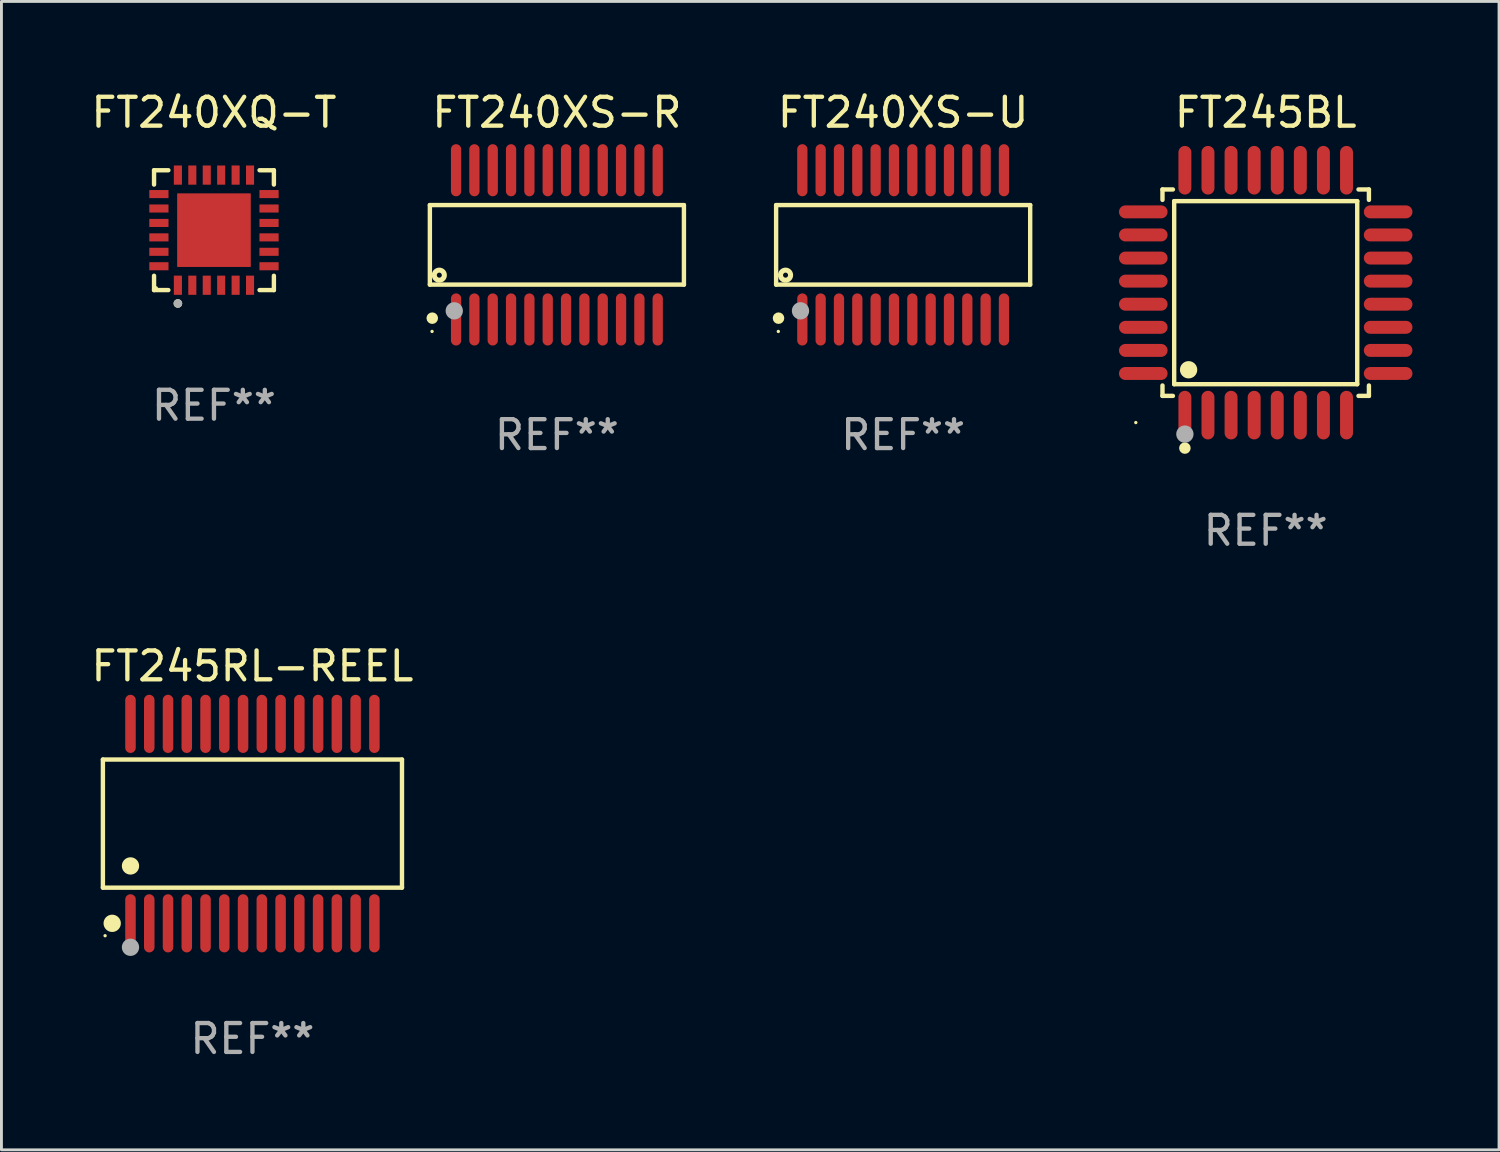
<source format=kicad_pcb>
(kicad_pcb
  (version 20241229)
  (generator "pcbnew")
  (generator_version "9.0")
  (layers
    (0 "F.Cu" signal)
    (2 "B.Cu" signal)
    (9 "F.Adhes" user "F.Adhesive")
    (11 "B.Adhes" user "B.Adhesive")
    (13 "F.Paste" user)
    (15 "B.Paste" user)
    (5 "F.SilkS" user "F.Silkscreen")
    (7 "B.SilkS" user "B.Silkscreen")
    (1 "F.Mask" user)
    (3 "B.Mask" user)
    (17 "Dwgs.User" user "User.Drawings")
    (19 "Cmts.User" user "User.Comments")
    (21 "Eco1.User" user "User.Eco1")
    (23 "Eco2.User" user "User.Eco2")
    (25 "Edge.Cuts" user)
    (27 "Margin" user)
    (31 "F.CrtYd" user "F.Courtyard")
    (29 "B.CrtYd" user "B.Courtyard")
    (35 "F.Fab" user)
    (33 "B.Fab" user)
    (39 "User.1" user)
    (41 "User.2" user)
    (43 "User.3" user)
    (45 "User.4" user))
  (footprint "FT240XS-R"
    (layer "F.Cu")
    (at 16.244 5.433)
    (property "Reference" "FT240XS-R" (at 0 -4.585 0) (layer "F.SilkS") (effects (font (size 1 1) (thickness 0.15))))
    (attr through_hole)
    (fp_line (start -4.401 -1.378) (end 4.401 -1.378) (stroke (width 0.152) (type solid)) (layer "F.SilkS"))
    (fp_line (start -4.401 1.378) (end -4.401 -1.378) (stroke (width 0.152) (type solid)) (layer "F.SilkS"))
    (fp_line (start 4.401 -1.378) (end 4.401 1.378) (stroke (width 0.152) (type solid)) (layer "F.SilkS"))
    (fp_line (start 4.401 1.378) (end -4.401 1.378) (stroke (width 0.152) (type solid)) (layer "F.SilkS"))
    (fp_circle (center -4.325 3) (end -4.295 3) (stroke (width 0.06) (type solid)) (fill no) (layer "F.SilkS"))
    (fp_circle (center -4.318 2.54) (end -4.218 2.54) (stroke (width 0.2) (type solid)) (fill no) (layer "F.SilkS"))
    (fp_circle (center -4.074 1.05) (end -3.987 1.05) (stroke (width 0.175) (type solid)) (fill no) (layer "F.SilkS"))
    (fp_circle (center -3.556 2.286) (end -3.406 2.286) (stroke (width 0.3) (type solid)) (fill no) (layer "F.Fab"))
    (fp_text user "REF**" (at 0 6.585 0) (layer "F.Fab") (effects (font (size 1 1) (thickness 0.15))))
    (pad "1" smd oval (at -3.493 2.585) (size 0.356 1.805) (layers "F.Cu" "F.Mask" "F.Paste"))
    (pad "2" smd oval (at -2.858 2.585) (size 0.356 1.805) (layers "F.Cu" "F.Mask" "F.Paste"))
    (pad "3" smd oval (at -2.223 2.585) (size 0.356 1.805) (layers "F.Cu" "F.Mask" "F.Paste"))
    (pad "4" smd oval (at -1.588 2.585) (size 0.356 1.805) (layers "F.Cu" "F.Mask" "F.Paste"))
    (pad "5" smd oval (at -0.953 2.585) (size 0.356 1.805) (layers "F.Cu" "F.Mask" "F.Paste"))
    (pad "6" smd oval (at -0.318 2.585) (size 0.356 1.805) (layers "F.Cu" "F.Mask" "F.Paste"))
    (pad "7" smd oval (at 0.318 2.585) (size 0.356 1.805) (layers "F.Cu" "F.Mask" "F.Paste"))
    (pad "8" smd oval (at 0.953 2.585) (size 0.356 1.805) (layers "F.Cu" "F.Mask" "F.Paste"))
    (pad "9" smd oval (at 1.588 2.585) (size 0.356 1.805) (layers "F.Cu" "F.Mask" "F.Paste"))
    (pad "10" smd oval (at 2.223 2.585) (size 0.356 1.805) (layers "F.Cu" "F.Mask" "F.Paste"))
    (pad "11" smd oval (at 2.858 2.585) (size 0.356 1.805) (layers "F.Cu" "F.Mask" "F.Paste"))
    (pad "12" smd oval (at 3.493 2.585) (size 0.356 1.805) (layers "F.Cu" "F.Mask" "F.Paste"))
    (pad "13" smd oval (at 3.493 -2.585) (size 0.356 1.805) (layers "F.Cu" "F.Mask" "F.Paste"))
    (pad "14" smd oval (at 2.858 -2.585) (size 0.356 1.805) (layers "F.Cu" "F.Mask" "F.Paste"))
    (pad "15" smd oval (at 2.223 -2.585) (size 0.356 1.805) (layers "F.Cu" "F.Mask" "F.Paste"))
    (pad "16" smd oval (at 1.588 -2.585) (size 0.356 1.805) (layers "F.Cu" "F.Mask" "F.Paste"))
    (pad "17" smd oval (at 0.953 -2.585) (size 0.356 1.805) (layers "F.Cu" "F.Mask" "F.Paste"))
    (pad "18" smd oval (at 0.318 -2.585) (size 0.356 1.805) (layers "F.Cu" "F.Mask" "F.Paste"))
    (pad "19" smd oval (at -0.318 -2.585) (size 0.356 1.805) (layers "F.Cu" "F.Mask" "F.Paste"))
    (pad "20" smd oval (at -0.953 -2.585) (size 0.356 1.805) (layers "F.Cu" "F.Mask" "F.Paste"))
    (pad "21" smd oval (at -1.588 -2.585) (size 0.356 1.805) (layers "F.Cu" "F.Mask" "F.Paste"))
    (pad "22" smd oval (at -2.223 -2.585) (size 0.356 1.805) (layers "F.Cu" "F.Mask" "F.Paste"))
    (pad "23" smd oval (at -2.858 -2.585) (size 0.356 1.805) (layers "F.Cu" "F.Mask" "F.Paste"))
    (pad "24" smd oval (at -3.493 -2.585) (size 0.356 1.805) (layers "F.Cu" "F.Mask" "F.Paste")))
  (footprint "FT240XQ-T"
    (layer "F.Cu")
    (at 4.363 4.924)
    (property "Reference" "FT240XQ-T" (at 0 -4.076 0) (layer "F.SilkS") (effects (font (size 1 1) (thickness 0.15))))
    (attr through_hole)
    (fp_line (start -2.076 -2.076) (end -1.58 -2.076) (stroke (width 0.152) (type solid)) (layer "F.SilkS"))
    (fp_line (start -2.076 -1.58) (end -2.076 -2.076) (stroke (width 0.152) (type solid)) (layer "F.SilkS"))
    (fp_line (start -2.076 1.58) (end -2.076 2.076) (stroke (width 0.152) (type solid)) (layer "F.SilkS"))
    (fp_line (start -2.076 2.076) (end -1.58 2.076) (stroke (width 0.152) (type solid)) (layer "F.SilkS"))
    (fp_line (start 2.076 -2.076) (end 1.58 -2.076) (stroke (width 0.152) (type solid)) (layer "F.SilkS"))
    (fp_line (start 2.076 -1.58) (end 2.076 -2.076) (stroke (width 0.152) (type solid)) (layer "F.SilkS"))
    (fp_line (start 2.076 1.58) (end 2.076 2.076) (stroke (width 0.152) (type solid)) (layer "F.SilkS"))
    (fp_line (start 2.076 2.076) (end 1.58 2.076) (stroke (width 0.152) (type solid)) (layer "F.SilkS"))
    (fp_circle (center -2 2) (end -1.97 2) (stroke (width 0.06) (type solid)) (fill no) (layer "F.SilkS"))
    (fp_circle (center -1.25 2.54) (end -1.175 2.54) (stroke (width 0.15) (type solid)) (fill no) (layer "F.SilkS"))
    (fp_circle (center -1.25 2.54) (end -1.175 2.54) (stroke (width 0.15) (type solid)) (fill no) (layer "F.Fab"))
    (fp_text user "REF**" (at 0 6.076 0) (layer "F.Fab") (effects (font (size 1 1) (thickness 0.15))))
    (pad "1" smd rect (at -1.25 1.908) (size 0.28 0.665) (layers "F.Cu" "F.Mask" "F.Paste"))
    (pad "2" smd rect (at -0.75 1.908) (size 0.28 0.665) (layers "F.Cu" "F.Mask" "F.Paste"))
    (pad "3" smd rect (at -0.25 1.908) (size 0.28 0.665) (layers "F.Cu" "F.Mask" "F.Paste"))
    (pad "4" smd rect (at 0.25 1.908) (size 0.28 0.665) (layers "F.Cu" "F.Mask" "F.Paste"))
    (pad "5" smd rect (at 0.75 1.908) (size 0.28 0.665) (layers "F.Cu" "F.Mask" "F.Paste"))
    (pad "6" smd rect (at 1.25 1.908) (size 0.28 0.665) (layers "F.Cu" "F.Mask" "F.Paste"))
    (pad "7" smd rect (at 1.908 1.25) (size 0.665 0.28) (layers "F.Cu" "F.Mask" "F.Paste"))
    (pad "8" smd rect (at 1.908 0.75) (size 0.665 0.28) (layers "F.Cu" "F.Mask" "F.Paste"))
    (pad "9" smd rect (at 1.908 0.25) (size 0.665 0.28) (layers "F.Cu" "F.Mask" "F.Paste"))
    (pad "10" smd rect (at 1.908 -0.25) (size 0.665 0.28) (layers "F.Cu" "F.Mask" "F.Paste"))
    (pad "11" smd rect (at 1.908 -0.75) (size 0.665 0.28) (layers "F.Cu" "F.Mask" "F.Paste"))
    (pad "12" smd rect (at 1.908 -1.25) (size 0.665 0.28) (layers "F.Cu" "F.Mask" "F.Paste"))
    (pad "13" smd rect (at 1.25 -1.908) (size 0.28 0.665) (layers "F.Cu" "F.Mask" "F.Paste"))
    (pad "14" smd rect (at 0.75 -1.908) (size 0.28 0.665) (layers "F.Cu" "F.Mask" "F.Paste"))
    (pad "15" smd rect (at 0.25 -1.908) (size 0.28 0.665) (layers "F.Cu" "F.Mask" "F.Paste"))
    (pad "16" smd rect (at -0.25 -1.908) (size 0.28 0.665) (layers "F.Cu" "F.Mask" "F.Paste"))
    (pad "17" smd rect (at -0.75 -1.908) (size 0.28 0.665) (layers "F.Cu" "F.Mask" "F.Paste"))
    (pad "18" smd rect (at -1.25 -1.908) (size 0.28 0.665) (layers "F.Cu" "F.Mask" "F.Paste"))
    (pad "19" smd rect (at -1.908 -1.25) (size 0.665 0.28) (layers "F.Cu" "F.Mask" "F.Paste"))
    (pad "20" smd rect (at -1.908 -0.75) (size 0.665 0.28) (layers "F.Cu" "F.Mask" "F.Paste"))
    (pad "21" smd rect (at -1.908 -0.25) (size 0.665 0.28) (layers "F.Cu" "F.Mask" "F.Paste"))
    (pad "22" smd rect (at -1.908 0.25) (size 0.665 0.28) (layers "F.Cu" "F.Mask" "F.Paste"))
    (pad "23" smd rect (at -1.908 0.75) (size 0.665 0.28) (layers "F.Cu" "F.Mask" "F.Paste"))
    (pad "24" smd rect (at -1.908 1.25) (size 0.665 0.28) (layers "F.Cu" "F.Mask" "F.Paste"))
    (pad "25" smd rect (at 0 0) (size 2.55 2.55) (layers "F.Cu" "F.Mask" "F.Paste")))
  (footprint "FT240XS-U"
    (layer "F.Cu")
    (at 28.24 5.433)
    (property "Reference" "FT240XS-U" (at 0 -4.585 0) (layer "F.SilkS") (effects (font (size 1 1) (thickness 0.15))))
    (attr through_hole)
    (fp_line (start -4.401 -1.378) (end 4.401 -1.378) (stroke (width 0.152) (type solid)) (layer "F.SilkS"))
    (fp_line (start -4.401 1.378) (end -4.401 -1.378) (stroke (width 0.152) (type solid)) (layer "F.SilkS"))
    (fp_line (start 4.401 -1.378) (end 4.401 1.378) (stroke (width 0.152) (type solid)) (layer "F.SilkS"))
    (fp_line (start 4.401 1.378) (end -4.401 1.378) (stroke (width 0.152) (type solid)) (layer "F.SilkS"))
    (fp_circle (center -4.325 3) (end -4.295 3) (stroke (width 0.06) (type solid)) (fill no) (layer "F.SilkS"))
    (fp_circle (center -4.318 2.54) (end -4.218 2.54) (stroke (width 0.2) (type solid)) (fill no) (layer "F.SilkS"))
    (fp_circle (center -4.074 1.05) (end -3.987 1.05) (stroke (width 0.175) (type solid)) (fill no) (layer "F.SilkS"))
    (fp_circle (center -3.556 2.286) (end -3.406 2.286) (stroke (width 0.3) (type solid)) (fill no) (layer "F.Fab"))
    (fp_text user "REF**" (at 0 6.585 0) (layer "F.Fab") (effects (font (size 1 1) (thickness 0.15))))
    (pad "1" smd oval (at -3.493 2.585) (size 0.356 1.805) (layers "F.Cu" "F.Mask" "F.Paste"))
    (pad "2" smd oval (at -2.858 2.585) (size 0.356 1.805) (layers "F.Cu" "F.Mask" "F.Paste"))
    (pad "3" smd oval (at -2.223 2.585) (size 0.356 1.805) (layers "F.Cu" "F.Mask" "F.Paste"))
    (pad "4" smd oval (at -1.588 2.585) (size 0.356 1.805) (layers "F.Cu" "F.Mask" "F.Paste"))
    (pad "5" smd oval (at -0.953 2.585) (size 0.356 1.805) (layers "F.Cu" "F.Mask" "F.Paste"))
    (pad "6" smd oval (at -0.318 2.585) (size 0.356 1.805) (layers "F.Cu" "F.Mask" "F.Paste"))
    (pad "7" smd oval (at 0.318 2.585) (size 0.356 1.805) (layers "F.Cu" "F.Mask" "F.Paste"))
    (pad "8" smd oval (at 0.953 2.585) (size 0.356 1.805) (layers "F.Cu" "F.Mask" "F.Paste"))
    (pad "9" smd oval (at 1.588 2.585) (size 0.356 1.805) (layers "F.Cu" "F.Mask" "F.Paste"))
    (pad "10" smd oval (at 2.223 2.585) (size 0.356 1.805) (layers "F.Cu" "F.Mask" "F.Paste"))
    (pad "11" smd oval (at 2.858 2.585) (size 0.356 1.805) (layers "F.Cu" "F.Mask" "F.Paste"))
    (pad "12" smd oval (at 3.493 2.585) (size 0.356 1.805) (layers "F.Cu" "F.Mask" "F.Paste"))
    (pad "13" smd oval (at 3.493 -2.585) (size 0.356 1.805) (layers "F.Cu" "F.Mask" "F.Paste"))
    (pad "14" smd oval (at 2.858 -2.585) (size 0.356 1.805) (layers "F.Cu" "F.Mask" "F.Paste"))
    (pad "15" smd oval (at 2.223 -2.585) (size 0.356 1.805) (layers "F.Cu" "F.Mask" "F.Paste"))
    (pad "16" smd oval (at 1.588 -2.585) (size 0.356 1.805) (layers "F.Cu" "F.Mask" "F.Paste"))
    (pad "17" smd oval (at 0.953 -2.585) (size 0.356 1.805) (layers "F.Cu" "F.Mask" "F.Paste"))
    (pad "18" smd oval (at 0.318 -2.585) (size 0.356 1.805) (layers "F.Cu" "F.Mask" "F.Paste"))
    (pad "19" smd oval (at -0.318 -2.585) (size 0.356 1.805) (layers "F.Cu" "F.Mask" "F.Paste"))
    (pad "20" smd oval (at -0.953 -2.585) (size 0.356 1.805) (layers "F.Cu" "F.Mask" "F.Paste"))
    (pad "21" smd oval (at -1.588 -2.585) (size 0.356 1.805) (layers "F.Cu" "F.Mask" "F.Paste"))
    (pad "22" smd oval (at -2.223 -2.585) (size 0.356 1.805) (layers "F.Cu" "F.Mask" "F.Paste"))
    (pad "23" smd oval (at -2.858 -2.585) (size 0.356 1.805) (layers "F.Cu" "F.Mask" "F.Paste"))
    (pad "24" smd oval (at -3.493 -2.585) (size 0.356 1.805) (layers "F.Cu" "F.Mask" "F.Paste")))
  (footprint "FT245BL"
    (layer "F.Cu")
    (at 40.801 7.09)
    (property "Reference" "FT245BL" (at 0 -6.242 0) (layer "F.SilkS") (effects (font (size 1 1) (thickness 0.15))))
    (attr through_hole)
    (fp_line (start -3.576 -3.576) (end -3.215 -3.576) (stroke (width 0.152) (type solid)) (layer "F.SilkS"))
    (fp_line (start -3.576 -3.215) (end -3.576 -3.576) (stroke (width 0.152) (type solid)) (layer "F.SilkS"))
    (fp_line (start -3.576 3.215) (end -3.576 3.576) (stroke (width 0.152) (type solid)) (layer "F.SilkS"))
    (fp_line (start -3.576 3.576) (end -3.215 3.576) (stroke (width 0.152) (type solid)) (layer "F.SilkS"))
    (fp_line (start -3.171 -3.171) (end 3.171 -3.171) (stroke (width 0.152) (type solid)) (layer "F.SilkS"))
    (fp_line (start -3.171 3.171) (end -3.171 -3.171) (stroke (width 0.152) (type solid)) (layer "F.SilkS"))
    (fp_line (start 3.171 -3.171) (end 3.171 3.171) (stroke (width 0.152) (type solid)) (layer "F.SilkS"))
    (fp_line (start 3.171 3.171) (end -3.171 3.171) (stroke (width 0.152) (type solid)) (layer "F.SilkS"))
    (fp_line (start 3.576 -3.576) (end 3.215 -3.576) (stroke (width 0.152) (type solid)) (layer "F.SilkS"))
    (fp_line (start 3.576 -3.215) (end 3.576 -3.576) (stroke (width 0.152) (type solid)) (layer "F.SilkS"))
    (fp_line (start 3.576 3.215) (end 3.576 3.576) (stroke (width 0.152) (type solid)) (layer "F.SilkS"))
    (fp_line (start 3.576 3.576) (end 3.215 3.576) (stroke (width 0.152) (type solid)) (layer "F.SilkS"))
    (fp_circle (center -4.5 4.5) (end -4.47 4.5) (stroke (width 0.06) (type solid)) (fill no) (layer "F.SilkS"))
    (fp_circle (center -2.8 5.384) (end -2.7 5.384) (stroke (width 0.2) (type solid)) (fill no) (layer "F.SilkS"))
    (fp_circle (center -2.671 2.671) (end -2.521 2.671) (stroke (width 0.3) (type solid)) (fill no) (layer "F.SilkS"))
    (fp_circle (center -2.8 4.9) (end -2.65 4.9) (stroke (width 0.3) (type solid)) (fill no) (layer "F.Fab"))
    (fp_text user "REF**" (at 0 8.242 0) (layer "F.Fab") (effects (font (size 1 1) (thickness 0.15))))
    (pad "1" smd oval (at -2.8 4.242) (size 0.448 1.684) (layers "F.Cu" "F.Mask" "F.Paste"))
    (pad "2" smd oval (at -2 4.242) (size 0.448 1.684) (layers "F.Cu" "F.Mask" "F.Paste"))
    (pad "3" smd oval (at -1.2 4.242) (size 0.448 1.684) (layers "F.Cu" "F.Mask" "F.Paste"))
    (pad "4" smd oval (at -0.4 4.242) (size 0.448 1.684) (layers "F.Cu" "F.Mask" "F.Paste"))
    (pad "5" smd oval (at 0.4 4.242) (size 0.448 1.684) (layers "F.Cu" "F.Mask" "F.Paste"))
    (pad "6" smd oval (at 1.2 4.242) (size 0.448 1.684) (layers "F.Cu" "F.Mask" "F.Paste"))
    (pad "7" smd oval (at 2 4.242) (size 0.448 1.684) (layers "F.Cu" "F.Mask" "F.Paste"))
    (pad "8" smd oval (at 2.8 4.242) (size 0.448 1.684) (layers "F.Cu" "F.Mask" "F.Paste"))
    (pad "9" smd oval (at 4.242 2.8) (size 1.684 0.448) (layers "F.Cu" "F.Mask" "F.Paste"))
    (pad "10" smd oval (at 4.242 2) (size 1.684 0.448) (layers "F.Cu" "F.Mask" "F.Paste"))
    (pad "11" smd oval (at 4.242 1.2) (size 1.684 0.448) (layers "F.Cu" "F.Mask" "F.Paste"))
    (pad "12" smd oval (at 4.242 0.4) (size 1.684 0.448) (layers "F.Cu" "F.Mask" "F.Paste"))
    (pad "13" smd oval (at 4.242 -0.4) (size 1.684 0.448) (layers "F.Cu" "F.Mask" "F.Paste"))
    (pad "14" smd oval (at 4.242 -1.2) (size 1.684 0.448) (layers "F.Cu" "F.Mask" "F.Paste"))
    (pad "15" smd oval (at 4.242 -2) (size 1.684 0.448) (layers "F.Cu" "F.Mask" "F.Paste"))
    (pad "16" smd oval (at 4.242 -2.8) (size 1.684 0.448) (layers "F.Cu" "F.Mask" "F.Paste"))
    (pad "17" smd oval (at 2.8 -4.242) (size 0.448 1.684) (layers "F.Cu" "F.Mask" "F.Paste"))
    (pad "18" smd oval (at 2 -4.242) (size 0.448 1.684) (layers "F.Cu" "F.Mask" "F.Paste"))
    (pad "19" smd oval (at 1.2 -4.242) (size 0.448 1.684) (layers "F.Cu" "F.Mask" "F.Paste"))
    (pad "20" smd oval (at 0.4 -4.242) (size 0.448 1.684) (layers "F.Cu" "F.Mask" "F.Paste"))
    (pad "21" smd oval (at -0.4 -4.242) (size 0.448 1.684) (layers "F.Cu" "F.Mask" "F.Paste"))
    (pad "22" smd oval (at -1.2 -4.242) (size 0.448 1.684) (layers "F.Cu" "F.Mask" "F.Paste"))
    (pad "23" smd oval (at -2 -4.242) (size 0.448 1.684) (layers "F.Cu" "F.Mask" "F.Paste"))
    (pad "24" smd oval (at -2.8 -4.242) (size 0.448 1.684) (layers "F.Cu" "F.Mask" "F.Paste"))
    (pad "25" smd oval (at -4.242 -2.8) (size 1.684 0.448) (layers "F.Cu" "F.Mask" "F.Paste"))
    (pad "26" smd oval (at -4.242 -2) (size 1.684 0.448) (layers "F.Cu" "F.Mask" "F.Paste"))
    (pad "27" smd oval (at -4.242 -1.2) (size 1.684 0.448) (layers "F.Cu" "F.Mask" "F.Paste"))
    (pad "28" smd oval (at -4.242 -0.4) (size 1.684 0.448) (layers "F.Cu" "F.Mask" "F.Paste"))
    (pad "29" smd oval (at -4.242 0.4) (size 1.684 0.448) (layers "F.Cu" "F.Mask" "F.Paste"))
    (pad "30" smd oval (at -4.242 1.2) (size 1.684 0.448) (layers "F.Cu" "F.Mask" "F.Paste"))
    (pad "31" smd oval (at -4.242 2) (size 1.684 0.448) (layers "F.Cu" "F.Mask" "F.Paste"))
    (pad "32" smd oval (at -4.242 2.8) (size 1.684 0.448) (layers "F.Cu" "F.Mask" "F.Paste")))
  (footprint "FT245RL-REEL"
    (layer "F.Cu")
    (at 5.696 25.484)
    (property "Reference" "FT245RL-REEL" (at 0 -5.455 0) (layer "F.SilkS") (effects (font (size 1 1) (thickness 0.15))))
    (attr through_hole)
    (fp_line (start -5.181 -2.219) (end 5.181 -2.219) (stroke (width 0.152) (type solid)) (layer "F.SilkS"))
    (fp_line (start -5.181 2.219) (end -5.181 -2.219) (stroke (width 0.152) (type solid)) (layer "F.SilkS"))
    (fp_line (start 5.181 -2.219) (end 5.181 2.219) (stroke (width 0.152) (type solid)) (layer "F.SilkS"))
    (fp_line (start 5.181 2.219) (end -5.181 2.219) (stroke (width 0.152) (type solid)) (layer "F.SilkS"))
    (fp_circle (center -5.105 3.885) (end -5.075 3.885) (stroke (width 0.06) (type solid)) (fill no) (layer "F.SilkS"))
    (fp_circle (center -4.859 3.455) (end -4.709 3.455) (stroke (width 0.3) (type solid)) (fill no) (layer "F.SilkS"))
    (fp_circle (center -4.225 1.467) (end -4.075 1.467) (stroke (width 0.3) (type solid)) (fill no) (layer "F.SilkS"))
    (fp_circle (center -4.225 4.285) (end -4.075 4.285) (stroke (width 0.3) (type solid)) (fill no) (layer "F.Fab"))
    (fp_text user "REF**" (at 0 7.455 0) (layer "F.Fab") (effects (font (size 1 1) (thickness 0.15))))
    (pad "1" smd oval (at -4.225 3.455) (size 0.364 2.015) (layers "F.Cu" "F.Mask" "F.Paste"))
    (pad "2" smd oval (at -3.575 3.455) (size 0.364 2.015) (layers "F.Cu" "F.Mask" "F.Paste"))
    (pad "3" smd oval (at -2.925 3.455) (size 0.364 2.015) (layers "F.Cu" "F.Mask" "F.Paste"))
    (pad "4" smd oval (at -2.275 3.455) (size 0.364 2.015) (layers "F.Cu" "F.Mask" "F.Paste"))
    (pad "5" smd oval (at -1.625 3.455) (size 0.364 2.015) (layers "F.Cu" "F.Mask" "F.Paste"))
    (pad "6" smd oval (at -0.975 3.455) (size 0.364 2.015) (layers "F.Cu" "F.Mask" "F.Paste"))
    (pad "7" smd oval (at -0.325 3.455) (size 0.364 2.015) (layers "F.Cu" "F.Mask" "F.Paste"))
    (pad "8" smd oval (at 0.325 3.455) (size 0.364 2.015) (layers "F.Cu" "F.Mask" "F.Paste"))
    (pad "9" smd oval (at 0.975 3.455) (size 0.364 2.015) (layers "F.Cu" "F.Mask" "F.Paste"))
    (pad "10" smd oval (at 1.625 3.455) (size 0.364 2.015) (layers "F.Cu" "F.Mask" "F.Paste"))
    (pad "11" smd oval (at 2.275 3.455) (size 0.364 2.015) (layers "F.Cu" "F.Mask" "F.Paste"))
    (pad "12" smd oval (at 2.925 3.455) (size 0.364 2.015) (layers "F.Cu" "F.Mask" "F.Paste"))
    (pad "13" smd oval (at 3.575 3.455) (size 0.364 2.015) (layers "F.Cu" "F.Mask" "F.Paste"))
    (pad "14" smd oval (at 4.225 3.455) (size 0.364 2.015) (layers "F.Cu" "F.Mask" "F.Paste"))
    (pad "15" smd oval (at 4.225 -3.455) (size 0.364 2.015) (layers "F.Cu" "F.Mask" "F.Paste"))
    (pad "16" smd oval (at 3.575 -3.455) (size 0.364 2.015) (layers "F.Cu" "F.Mask" "F.Paste"))
    (pad "17" smd oval (at 2.925 -3.455) (size 0.364 2.015) (layers "F.Cu" "F.Mask" "F.Paste"))
    (pad "18" smd oval (at 2.275 -3.455) (size 0.364 2.015) (layers "F.Cu" "F.Mask" "F.Paste"))
    (pad "19" smd oval (at 1.625 -3.455) (size 0.364 2.015) (layers "F.Cu" "F.Mask" "F.Paste"))
    (pad "20" smd oval (at 0.975 -3.455) (size 0.364 2.015) (layers "F.Cu" "F.Mask" "F.Paste"))
    (pad "21" smd oval (at 0.325 -3.455) (size 0.364 2.015) (layers "F.Cu" "F.Mask" "F.Paste"))
    (pad "22" smd oval (at -0.325 -3.455) (size 0.364 2.015) (layers "F.Cu" "F.Mask" "F.Paste"))
    (pad "23" smd oval (at -0.975 -3.455) (size 0.364 2.015) (layers "F.Cu" "F.Mask" "F.Paste"))
    (pad "24" smd oval (at -1.625 -3.455) (size 0.364 2.015) (layers "F.Cu" "F.Mask" "F.Paste"))
    (pad "25" smd oval (at -2.275 -3.455) (size 0.364 2.015) (layers "F.Cu" "F.Mask" "F.Paste"))
    (pad "26" smd oval (at -2.925 -3.455) (size 0.364 2.015) (layers "F.Cu" "F.Mask" "F.Paste"))
    (pad "27" smd oval (at -3.575 -3.455) (size 0.364 2.015) (layers "F.Cu" "F.Mask" "F.Paste"))
    (pad "28" smd oval (at -4.225 -3.455) (size 0.364 2.015) (layers "F.Cu" "F.Mask" "F.Paste")))
  (gr_rect
    (start -3 -3)
    (end 48.885 36.787)
    (stroke (width 0.1) (type default))
    (fill no)
    (layer "Edge.Cuts")))
</source>
